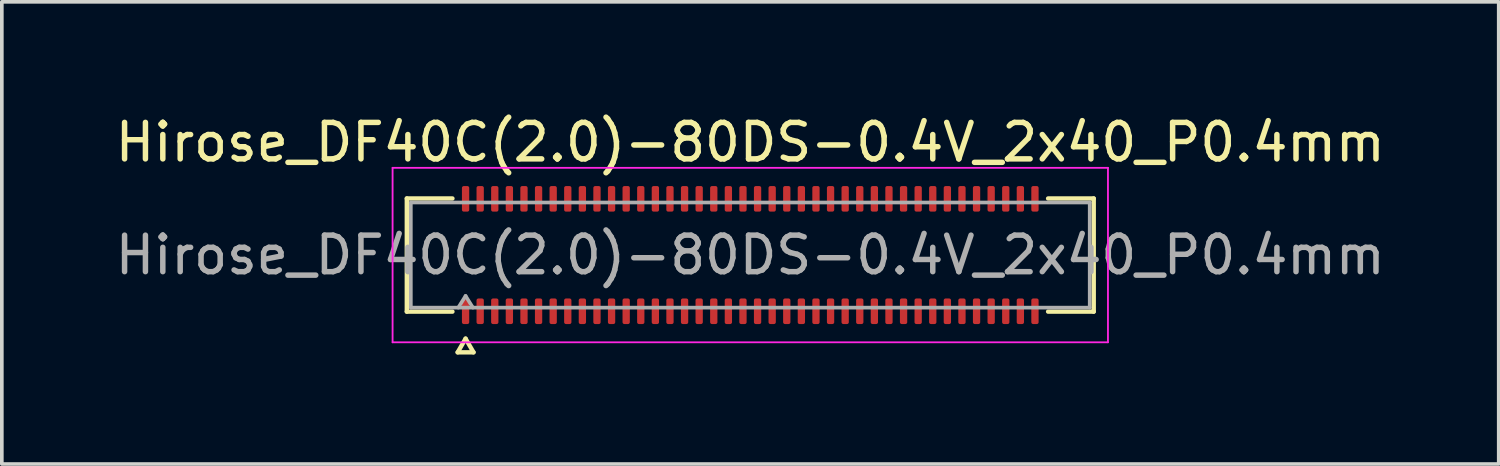
<source format=kicad_pcb>
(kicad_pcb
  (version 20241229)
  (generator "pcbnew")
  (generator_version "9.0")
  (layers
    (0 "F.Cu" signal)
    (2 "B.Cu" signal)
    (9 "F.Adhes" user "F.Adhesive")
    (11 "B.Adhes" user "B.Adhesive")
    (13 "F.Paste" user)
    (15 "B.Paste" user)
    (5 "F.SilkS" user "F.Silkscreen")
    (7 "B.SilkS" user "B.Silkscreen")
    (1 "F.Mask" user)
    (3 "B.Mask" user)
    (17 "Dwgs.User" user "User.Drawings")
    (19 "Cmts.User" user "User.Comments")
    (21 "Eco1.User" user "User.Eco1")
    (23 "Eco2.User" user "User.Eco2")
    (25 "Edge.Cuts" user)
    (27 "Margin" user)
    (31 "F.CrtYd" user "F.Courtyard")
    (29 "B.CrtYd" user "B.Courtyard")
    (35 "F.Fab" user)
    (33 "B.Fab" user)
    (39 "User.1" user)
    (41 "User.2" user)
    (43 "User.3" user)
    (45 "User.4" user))
  (footprint "Hirose_DF40C(2.0)-80DS-0.4V_2x40_P0.4mm"
    (layer "F.Cu")
    (at 17.506 3.938)
    (property "Reference" "Hirose_DF40C(2.0)-80DS-0.4V_2x40_P0.4mm" (at 0 -3.09 0) (layer "F.SilkS") (effects (font (size 1 1) (thickness 0.15))))
    (attr smd)
    (fp_line (start -9.41 -1.55) (end -8.16 -1.55) (stroke (width 0.12) (type solid)) (layer "F.SilkS"))
    (fp_line (start -9.41 1.55) (end -9.41 -1.55) (stroke (width 0.12) (type solid)) (layer "F.SilkS"))
    (fp_line (start -8.16 1.55) (end -9.41 1.55) (stroke (width 0.12) (type solid)) (layer "F.SilkS"))
    (fp_line (start -8.017 2.665) (end -7.8 2.29) (stroke (width 0.12) (type solid)) (layer "F.SilkS"))
    (fp_line (start -7.8 2.29) (end -7.583 2.665) (stroke (width 0.12) (type solid)) (layer "F.SilkS"))
    (fp_line (start -7.583 2.665) (end -8.017 2.665) (stroke (width 0.12) (type solid)) (layer "F.SilkS"))
    (fp_line (start 8.16 -1.55) (end 9.41 -1.55) (stroke (width 0.12) (type solid)) (layer "F.SilkS"))
    (fp_line (start 9.41 -1.55) (end 9.41 1.55) (stroke (width 0.12) (type solid)) (layer "F.SilkS"))
    (fp_line (start 9.41 1.55) (end 8.16 1.55) (stroke (width 0.12) (type solid)) (layer "F.SilkS"))
    (fp_line (start -9.8 -2.39) (end -9.8 2.39) (stroke (width 0.05) (type solid)) (layer "F.CrtYd"))
    (fp_line (start -9.8 2.39) (end 9.8 2.39) (stroke (width 0.05) (type solid)) (layer "F.CrtYd"))
    (fp_line (start 9.8 -2.39) (end -9.8 -2.39) (stroke (width 0.05) (type solid)) (layer "F.CrtYd"))
    (fp_line (start 9.8 2.39) (end 9.8 -2.39) (stroke (width 0.05) (type solid)) (layer "F.CrtYd"))
    (fp_line (start -9.3 -1.44) (end 9.3 -1.44) (stroke (width 0.1) (type solid)) (layer "F.Fab"))
    (fp_line (start -9.3 1.44) (end -9.3 -1.44) (stroke (width 0.1) (type solid)) (layer "F.Fab"))
    (fp_line (start -8 1.44) (end -7.8 1.12) (stroke (width 0.1) (type solid)) (layer "F.Fab"))
    (fp_line (start -7.8 1.12) (end -7.6 1.44) (stroke (width 0.1) (type solid)) (layer "F.Fab"))
    (fp_line (start 9.3 -1.44) (end 9.3 1.44) (stroke (width 0.1) (type solid)) (layer "F.Fab"))
    (fp_line (start 9.3 1.44) (end -9.3 1.44) (stroke (width 0.1) (type solid)) (layer "F.Fab"))
    (fp_text user "${REFERENCE}" (at 0 0 0) (layer "F.Fab") (effects (font (size 1 1) (thickness 0.15))))
    (pad "1" smd roundrect (at -7.8 1.54) (size 0.2 0.7) (layers "F.Cu" "F.Mask" "F.Paste") (roundrect_rratio 0.25))
    (pad "2" smd roundrect (at -7.8 -1.54) (size 0.2 0.7) (layers "F.Cu" "F.Mask" "F.Paste") (roundrect_rratio 0.25))
    (pad "3" smd roundrect (at -7.4 1.54) (size 0.2 0.7) (layers "F.Cu" "F.Mask" "F.Paste") (roundrect_rratio 0.25))
    (pad "4" smd roundrect (at -7.4 -1.54) (size 0.2 0.7) (layers "F.Cu" "F.Mask" "F.Paste") (roundrect_rratio 0.25))
    (pad "5" smd roundrect (at -7 1.54) (size 0.2 0.7) (layers "F.Cu" "F.Mask" "F.Paste") (roundrect_rratio 0.25))
    (pad "6" smd roundrect (at -7 -1.54) (size 0.2 0.7) (layers "F.Cu" "F.Mask" "F.Paste") (roundrect_rratio 0.25))
    (pad "7" smd roundrect (at -6.6 1.54) (size 0.2 0.7) (layers "F.Cu" "F.Mask" "F.Paste") (roundrect_rratio 0.25))
    (pad "8" smd roundrect (at -6.6 -1.54) (size 0.2 0.7) (layers "F.Cu" "F.Mask" "F.Paste") (roundrect_rratio 0.25))
    (pad "9" smd roundrect (at -6.2 1.54) (size 0.2 0.7) (layers "F.Cu" "F.Mask" "F.Paste") (roundrect_rratio 0.25))
    (pad "10" smd roundrect (at -6.2 -1.54) (size 0.2 0.7) (layers "F.Cu" "F.Mask" "F.Paste") (roundrect_rratio 0.25))
    (pad "11" smd roundrect (at -5.8 1.54) (size 0.2 0.7) (layers "F.Cu" "F.Mask" "F.Paste") (roundrect_rratio 0.25))
    (pad "12" smd roundrect (at -5.8 -1.54) (size 0.2 0.7) (layers "F.Cu" "F.Mask" "F.Paste") (roundrect_rratio 0.25))
    (pad "13" smd roundrect (at -5.4 1.54) (size 0.2 0.7) (layers "F.Cu" "F.Mask" "F.Paste") (roundrect_rratio 0.25))
    (pad "14" smd roundrect (at -5.4 -1.54) (size 0.2 0.7) (layers "F.Cu" "F.Mask" "F.Paste") (roundrect_rratio 0.25))
    (pad "15" smd roundrect (at -5 1.54) (size 0.2 0.7) (layers "F.Cu" "F.Mask" "F.Paste") (roundrect_rratio 0.25))
    (pad "16" smd roundrect (at -5 -1.54) (size 0.2 0.7) (layers "F.Cu" "F.Mask" "F.Paste") (roundrect_rratio 0.25))
    (pad "17" smd roundrect (at -4.6 1.54) (size 0.2 0.7) (layers "F.Cu" "F.Mask" "F.Paste") (roundrect_rratio 0.25))
    (pad "18" smd roundrect (at -4.6 -1.54) (size 0.2 0.7) (layers "F.Cu" "F.Mask" "F.Paste") (roundrect_rratio 0.25))
    (pad "19" smd roundrect (at -4.2 1.54) (size 0.2 0.7) (layers "F.Cu" "F.Mask" "F.Paste") (roundrect_rratio 0.25))
    (pad "20" smd roundrect (at -4.2 -1.54) (size 0.2 0.7) (layers "F.Cu" "F.Mask" "F.Paste") (roundrect_rratio 0.25))
    (pad "21" smd roundrect (at -3.8 1.54) (size 0.2 0.7) (layers "F.Cu" "F.Mask" "F.Paste") (roundrect_rratio 0.25))
    (pad "22" smd roundrect (at -3.8 -1.54) (size 0.2 0.7) (layers "F.Cu" "F.Mask" "F.Paste") (roundrect_rratio 0.25))
    (pad "23" smd roundrect (at -3.4 1.54) (size 0.2 0.7) (layers "F.Cu" "F.Mask" "F.Paste") (roundrect_rratio 0.25))
    (pad "24" smd roundrect (at -3.4 -1.54) (size 0.2 0.7) (layers "F.Cu" "F.Mask" "F.Paste") (roundrect_rratio 0.25))
    (pad "25" smd roundrect (at -3 1.54) (size 0.2 0.7) (layers "F.Cu" "F.Mask" "F.Paste") (roundrect_rratio 0.25))
    (pad "26" smd roundrect (at -3 -1.54) (size 0.2 0.7) (layers "F.Cu" "F.Mask" "F.Paste") (roundrect_rratio 0.25))
    (pad "27" smd roundrect (at -2.6 1.54) (size 0.2 0.7) (layers "F.Cu" "F.Mask" "F.Paste") (roundrect_rratio 0.25))
    (pad "28" smd roundrect (at -2.6 -1.54) (size 0.2 0.7) (layers "F.Cu" "F.Mask" "F.Paste") (roundrect_rratio 0.25))
    (pad "29" smd roundrect (at -2.2 1.54) (size 0.2 0.7) (layers "F.Cu" "F.Mask" "F.Paste") (roundrect_rratio 0.25))
    (pad "30" smd roundrect (at -2.2 -1.54) (size 0.2 0.7) (layers "F.Cu" "F.Mask" "F.Paste") (roundrect_rratio 0.25))
    (pad "31" smd roundrect (at -1.8 1.54) (size 0.2 0.7) (layers "F.Cu" "F.Mask" "F.Paste") (roundrect_rratio 0.25))
    (pad "32" smd roundrect (at -1.8 -1.54) (size 0.2 0.7) (layers "F.Cu" "F.Mask" "F.Paste") (roundrect_rratio 0.25))
    (pad "33" smd roundrect (at -1.4 1.54) (size 0.2 0.7) (layers "F.Cu" "F.Mask" "F.Paste") (roundrect_rratio 0.25))
    (pad "34" smd roundrect (at -1.4 -1.54) (size 0.2 0.7) (layers "F.Cu" "F.Mask" "F.Paste") (roundrect_rratio 0.25))
    (pad "35" smd roundrect (at -1 1.54) (size 0.2 0.7) (layers "F.Cu" "F.Mask" "F.Paste") (roundrect_rratio 0.25))
    (pad "36" smd roundrect (at -1 -1.54) (size 0.2 0.7) (layers "F.Cu" "F.Mask" "F.Paste") (roundrect_rratio 0.25))
    (pad "37" smd roundrect (at -0.6 1.54) (size 0.2 0.7) (layers "F.Cu" "F.Mask" "F.Paste") (roundrect_rratio 0.25))
    (pad "38" smd roundrect (at -0.6 -1.54) (size 0.2 0.7) (layers "F.Cu" "F.Mask" "F.Paste") (roundrect_rratio 0.25))
    (pad "39" smd roundrect (at -0.2 1.54) (size 0.2 0.7) (layers "F.Cu" "F.Mask" "F.Paste") (roundrect_rratio 0.25))
    (pad "40" smd roundrect (at -0.2 -1.54) (size 0.2 0.7) (layers "F.Cu" "F.Mask" "F.Paste") (roundrect_rratio 0.25))
    (pad "41" smd roundrect (at 0.2 1.54) (size 0.2 0.7) (layers "F.Cu" "F.Mask" "F.Paste") (roundrect_rratio 0.25))
    (pad "42" smd roundrect (at 0.2 -1.54) (size 0.2 0.7) (layers "F.Cu" "F.Mask" "F.Paste") (roundrect_rratio 0.25))
    (pad "43" smd roundrect (at 0.6 1.54) (size 0.2 0.7) (layers "F.Cu" "F.Mask" "F.Paste") (roundrect_rratio 0.25))
    (pad "44" smd roundrect (at 0.6 -1.54) (size 0.2 0.7) (layers "F.Cu" "F.Mask" "F.Paste") (roundrect_rratio 0.25))
    (pad "45" smd roundrect (at 1 1.54) (size 0.2 0.7) (layers "F.Cu" "F.Mask" "F.Paste") (roundrect_rratio 0.25))
    (pad "46" smd roundrect (at 1 -1.54) (size 0.2 0.7) (layers "F.Cu" "F.Mask" "F.Paste") (roundrect_rratio 0.25))
    (pad "47" smd roundrect (at 1.4 1.54) (size 0.2 0.7) (layers "F.Cu" "F.Mask" "F.Paste") (roundrect_rratio 0.25))
    (pad "48" smd roundrect (at 1.4 -1.54) (size 0.2 0.7) (layers "F.Cu" "F.Mask" "F.Paste") (roundrect_rratio 0.25))
    (pad "49" smd roundrect (at 1.8 1.54) (size 0.2 0.7) (layers "F.Cu" "F.Mask" "F.Paste") (roundrect_rratio 0.25))
    (pad "50" smd roundrect (at 1.8 -1.54) (size 0.2 0.7) (layers "F.Cu" "F.Mask" "F.Paste") (roundrect_rratio 0.25))
    (pad "51" smd roundrect (at 2.2 1.54) (size 0.2 0.7) (layers "F.Cu" "F.Mask" "F.Paste") (roundrect_rratio 0.25))
    (pad "52" smd roundrect (at 2.2 -1.54) (size 0.2 0.7) (layers "F.Cu" "F.Mask" "F.Paste") (roundrect_rratio 0.25))
    (pad "53" smd roundrect (at 2.6 1.54) (size 0.2 0.7) (layers "F.Cu" "F.Mask" "F.Paste") (roundrect_rratio 0.25))
    (pad "54" smd roundrect (at 2.6 -1.54) (size 0.2 0.7) (layers "F.Cu" "F.Mask" "F.Paste") (roundrect_rratio 0.25))
    (pad "55" smd roundrect (at 3 1.54) (size 0.2 0.7) (layers "F.Cu" "F.Mask" "F.Paste") (roundrect_rratio 0.25))
    (pad "56" smd roundrect (at 3 -1.54) (size 0.2 0.7) (layers "F.Cu" "F.Mask" "F.Paste") (roundrect_rratio 0.25))
    (pad "57" smd roundrect (at 3.4 1.54) (size 0.2 0.7) (layers "F.Cu" "F.Mask" "F.Paste") (roundrect_rratio 0.25))
    (pad "58" smd roundrect (at 3.4 -1.54) (size 0.2 0.7) (layers "F.Cu" "F.Mask" "F.Paste") (roundrect_rratio 0.25))
    (pad "59" smd roundrect (at 3.8 1.54) (size 0.2 0.7) (layers "F.Cu" "F.Mask" "F.Paste") (roundrect_rratio 0.25))
    (pad "60" smd roundrect (at 3.8 -1.54) (size 0.2 0.7) (layers "F.Cu" "F.Mask" "F.Paste") (roundrect_rratio 0.25))
    (pad "61" smd roundrect (at 4.2 1.54) (size 0.2 0.7) (layers "F.Cu" "F.Mask" "F.Paste") (roundrect_rratio 0.25))
    (pad "62" smd roundrect (at 4.2 -1.54) (size 0.2 0.7) (layers "F.Cu" "F.Mask" "F.Paste") (roundrect_rratio 0.25))
    (pad "63" smd roundrect (at 4.6 1.54) (size 0.2 0.7) (layers "F.Cu" "F.Mask" "F.Paste") (roundrect_rratio 0.25))
    (pad "64" smd roundrect (at 4.6 -1.54) (size 0.2 0.7) (layers "F.Cu" "F.Mask" "F.Paste") (roundrect_rratio 0.25))
    (pad "65" smd roundrect (at 5 1.54) (size 0.2 0.7) (layers "F.Cu" "F.Mask" "F.Paste") (roundrect_rratio 0.25))
    (pad "66" smd roundrect (at 5 -1.54) (size 0.2 0.7) (layers "F.Cu" "F.Mask" "F.Paste") (roundrect_rratio 0.25))
    (pad "67" smd roundrect (at 5.4 1.54) (size 0.2 0.7) (layers "F.Cu" "F.Mask" "F.Paste") (roundrect_rratio 0.25))
    (pad "68" smd roundrect (at 5.4 -1.54) (size 0.2 0.7) (layers "F.Cu" "F.Mask" "F.Paste") (roundrect_rratio 0.25))
    (pad "69" smd roundrect (at 5.8 1.54) (size 0.2 0.7) (layers "F.Cu" "F.Mask" "F.Paste") (roundrect_rratio 0.25))
    (pad "70" smd roundrect (at 5.8 -1.54) (size 0.2 0.7) (layers "F.Cu" "F.Mask" "F.Paste") (roundrect_rratio 0.25))
    (pad "71" smd roundrect (at 6.2 1.54) (size 0.2 0.7) (layers "F.Cu" "F.Mask" "F.Paste") (roundrect_rratio 0.25))
    (pad "72" smd roundrect (at 6.2 -1.54) (size 0.2 0.7) (layers "F.Cu" "F.Mask" "F.Paste") (roundrect_rratio 0.25))
    (pad "73" smd roundrect (at 6.6 1.54) (size 0.2 0.7) (layers "F.Cu" "F.Mask" "F.Paste") (roundrect_rratio 0.25))
    (pad "74" smd roundrect (at 6.6 -1.54) (size 0.2 0.7) (layers "F.Cu" "F.Mask" "F.Paste") (roundrect_rratio 0.25))
    (pad "75" smd roundrect (at 7 1.54) (size 0.2 0.7) (layers "F.Cu" "F.Mask" "F.Paste") (roundrect_rratio 0.25))
    (pad "76" smd roundrect (at 7 -1.54) (size 0.2 0.7) (layers "F.Cu" "F.Mask" "F.Paste") (roundrect_rratio 0.25))
    (pad "77" smd roundrect (at 7.4 1.54) (size 0.2 0.7) (layers "F.Cu" "F.Mask" "F.Paste") (roundrect_rratio 0.25))
    (pad "78" smd roundrect (at 7.4 -1.54) (size 0.2 0.7) (layers "F.Cu" "F.Mask" "F.Paste") (roundrect_rratio 0.25))
    (pad "79" smd roundrect (at 7.8 1.54) (size 0.2 0.7) (layers "F.Cu" "F.Mask" "F.Paste") (roundrect_rratio 0.25))
    (pad "80" smd roundrect (at 7.8 -1.54) (size 0.2 0.7) (layers "F.Cu" "F.Mask" "F.Paste") (roundrect_rratio 0.25)))
  (gr_rect
    (start -3 -3)
    (end 38.012 9.663)
    (stroke (width 0.1) (type default))
    (fill no)
    (layer "Edge.Cuts")))
</source>
